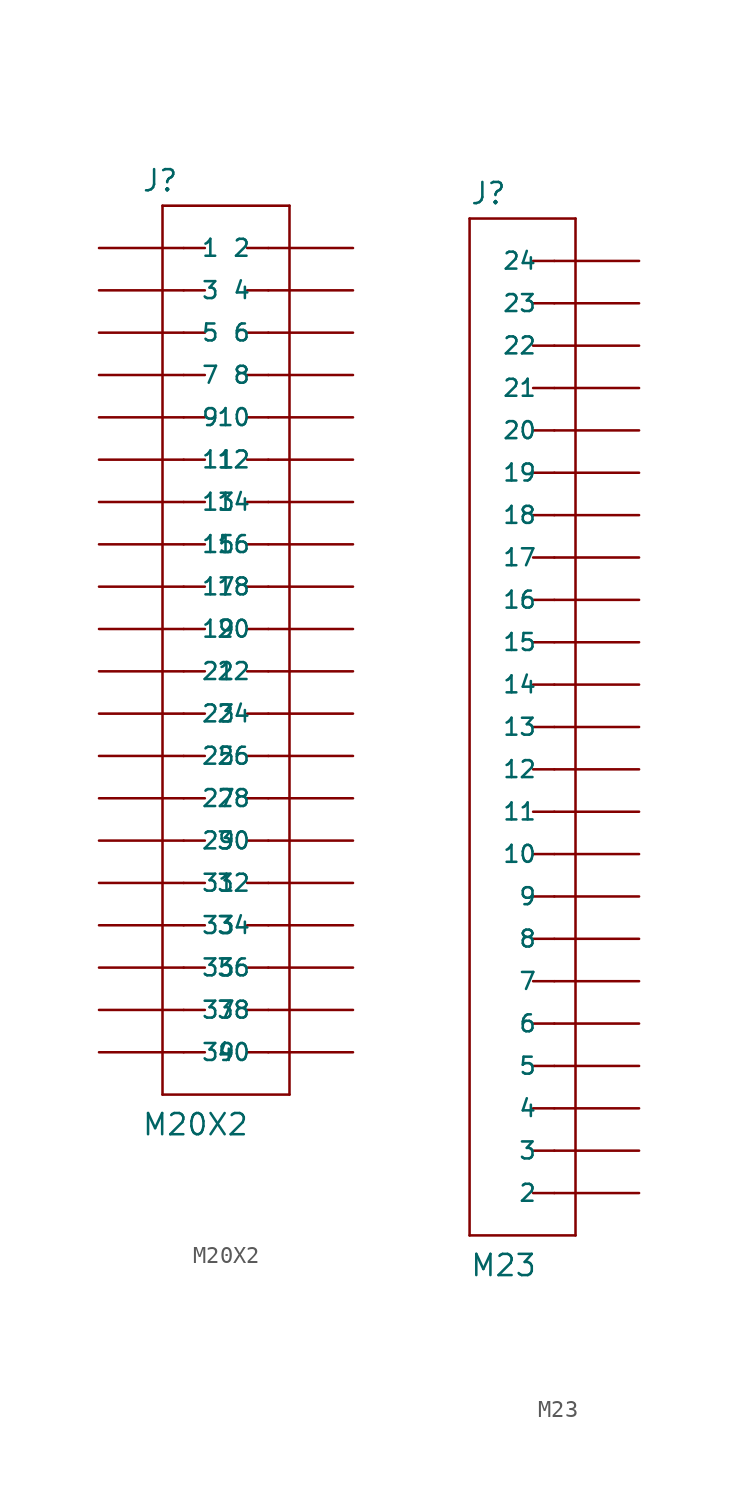
<source format=kicad_sym>
(kicad_symbol_lib
  (version 20211014)
  (generator kicad_symbol_editor)
  (symbol "M20X2"
    (pin_numbers hide)
    (pin_names
      (offset 1.016))
    (property "Reference" "J"
      (at -5.08 26.162 0)
      (effects (font (size 1.27 1.27)) (justify left bottom)))
    (property "Value" "M20X2"
      (at -5.08 -30.48 0)
      (effects (font (size 1.27 1.27)) (justify left bottom)))
    (property "Datasheet" ""
      (at 0 0 0)
      (effects (font (size 1.524 1.524))))
    (property "ki_locked" ""
      (at 0 0 0)
      (effects (font (size 1.27 1.27))))
    (symbol "M20X2_1_0"
      (polyline (pts (xy -3.81 25.4) (xy -3.81 -27.94)) (stroke (width 0) (type default) (color 0 0 0 0)) (fill (type none)))
      (polyline (pts (xy -3.81 25.4) (xy 3.81 25.4)) (stroke (width 0) (type default) (color 0 0 0 0)) (fill (type none)))
      (polyline (pts (xy -1.27 -25.4) (xy -2.54 -25.4)) (stroke (width 0) (type default) (color 0 0 0 0)) (fill (type none)))
      (polyline (pts (xy -1.27 -22.86) (xy -2.54 -22.86)) (stroke (width 0) (type default) (color 0 0 0 0)) (fill (type none)))
      (polyline (pts (xy -1.27 -20.32) (xy -2.54 -20.32)) (stroke (width 0) (type default) (color 0 0 0 0)) (fill (type none)))
      (polyline (pts (xy -1.27 -17.78) (xy -2.54 -17.78)) (stroke (width 0) (type default) (color 0 0 0 0)) (fill (type none)))
      (polyline (pts (xy -1.27 -15.24) (xy -2.54 -15.24)) (stroke (width 0) (type default) (color 0 0 0 0)) (fill (type none)))
      (polyline (pts (xy -1.27 -12.7) (xy -2.54 -12.7)) (stroke (width 0) (type default) (color 0 0 0 0)) (fill (type none)))
      (polyline (pts (xy -1.27 -10.16) (xy -2.54 -10.16)) (stroke (width 0) (type default) (color 0 0 0 0)) (fill (type none)))
      (polyline (pts (xy -1.27 -7.62) (xy -2.54 -7.62)) (stroke (width 0) (type default) (color 0 0 0 0)) (fill (type none)))
      (polyline (pts (xy -1.27 -5.08) (xy -2.54 -5.08)) (stroke (width 0) (type default) (color 0 0 0 0)) (fill (type none)))
      (polyline (pts (xy -1.27 -2.54) (xy -2.54 -2.54)) (stroke (width 0) (type default) (color 0 0 0 0)) (fill (type none)))
      (polyline (pts (xy -1.27 0) (xy -2.54 0)) (stroke (width 0) (type default) (color 0 0 0 0)) (fill (type none)))
      (polyline (pts (xy -1.27 2.54) (xy -2.54 2.54)) (stroke (width 0) (type default) (color 0 0 0 0)) (fill (type none)))
      (polyline (pts (xy -1.27 5.08) (xy -2.54 5.08)) (stroke (width 0) (type default) (color 0 0 0 0)) (fill (type none)))
      (polyline (pts (xy -1.27 7.62) (xy -2.54 7.62)) (stroke (width 0) (type default) (color 0 0 0 0)) (fill (type none)))
      (polyline (pts (xy -1.27 10.16) (xy -2.54 10.16)) (stroke (width 0) (type default) (color 0 0 0 0)) (fill (type none)))
      (polyline (pts (xy -1.27 12.7) (xy -2.54 12.7)) (stroke (width 0) (type default) (color 0 0 0 0)) (fill (type none)))
      (polyline (pts (xy -1.27 15.24) (xy -2.54 15.24)) (stroke (width 0) (type default) (color 0 0 0 0)) (fill (type none)))
      (polyline (pts (xy -1.27 17.78) (xy -2.54 17.78)) (stroke (width 0) (type default) (color 0 0 0 0)) (fill (type none)))
      (polyline (pts (xy -1.27 20.32) (xy -2.54 20.32)) (stroke (width 0) (type default) (color 0 0 0 0)) (fill (type none)))
      (polyline (pts (xy -1.27 22.86) (xy -2.54 22.86)) (stroke (width 0) (type default) (color 0 0 0 0)) (fill (type none)))
      (polyline (pts (xy 1.27 -25.4) (xy 2.54 -25.4)) (stroke (width 0) (type default) (color 0 0 0 0)) (fill (type none)))
      (polyline (pts (xy 1.27 -22.86) (xy 2.54 -22.86)) (stroke (width 0) (type default) (color 0 0 0 0)) (fill (type none)))
      (polyline (pts (xy 1.27 -20.32) (xy 2.54 -20.32)) (stroke (width 0) (type default) (color 0 0 0 0)) (fill (type none)))
      (polyline (pts (xy 1.27 -17.78) (xy 2.54 -17.78)) (stroke (width 0) (type default) (color 0 0 0 0)) (fill (type none)))
      (polyline (pts (xy 1.27 -15.24) (xy 2.54 -15.24)) (stroke (width 0) (type default) (color 0 0 0 0)) (fill (type none)))
      (polyline (pts (xy 1.27 -12.7) (xy 2.54 -12.7)) (stroke (width 0) (type default) (color 0 0 0 0)) (fill (type none)))
      (polyline (pts (xy 1.27 -10.16) (xy 2.54 -10.16)) (stroke (width 0) (type default) (color 0 0 0 0)) (fill (type none)))
      (polyline (pts (xy 1.27 -7.62) (xy 2.54 -7.62)) (stroke (width 0) (type default) (color 0 0 0 0)) (fill (type none)))
      (polyline (pts (xy 1.27 -5.08) (xy 2.54 -5.08)) (stroke (width 0) (type default) (color 0 0 0 0)) (fill (type none)))
      (polyline (pts (xy 1.27 -2.54) (xy 2.54 -2.54)) (stroke (width 0) (type default) (color 0 0 0 0)) (fill (type none)))
      (polyline (pts (xy 1.27 0) (xy 2.54 0)) (stroke (width 0) (type default) (color 0 0 0 0)) (fill (type none)))
      (polyline (pts (xy 1.27 2.54) (xy 2.54 2.54)) (stroke (width 0) (type default) (color 0 0 0 0)) (fill (type none)))
      (polyline (pts (xy 1.27 5.08) (xy 2.54 5.08)) (stroke (width 0) (type default) (color 0 0 0 0)) (fill (type none)))
      (polyline (pts (xy 1.27 7.62) (xy 2.54 7.62)) (stroke (width 0) (type default) (color 0 0 0 0)) (fill (type none)))
      (polyline (pts (xy 1.27 10.16) (xy 2.54 10.16)) (stroke (width 0) (type default) (color 0 0 0 0)) (fill (type none)))
      (polyline (pts (xy 1.27 12.7) (xy 2.54 12.7)) (stroke (width 0) (type default) (color 0 0 0 0)) (fill (type none)))
      (polyline (pts (xy 1.27 15.24) (xy 2.54 15.24)) (stroke (width 0) (type default) (color 0 0 0 0)) (fill (type none)))
      (polyline (pts (xy 1.27 17.78) (xy 2.54 17.78)) (stroke (width 0) (type default) (color 0 0 0 0)) (fill (type none)))
      (polyline (pts (xy 1.27 20.32) (xy 2.54 20.32)) (stroke (width 0) (type default) (color 0 0 0 0)) (fill (type none)))
      (polyline (pts (xy 1.27 22.86) (xy 2.54 22.86)) (stroke (width 0) (type default) (color 0 0 0 0)) (fill (type none)))
      (polyline (pts (xy 3.81 -27.94) (xy -3.81 -27.94)) (stroke (width 0) (type default) (color 0 0 0 0)) (fill (type none)))
      (polyline (pts (xy 3.81 -27.94) (xy 3.81 25.4)) (stroke (width 0) (type default) (color 0 0 0 0)) (fill (type none))))
    (symbol "M20X2_1_1"
      (pin passive line (at -7.62 22.86 0) (length 5.08) (name "1" (effects (font (size 1.016 1.016)))) (number "1" (effects (font (size 1.016 1.016)))))
      (pin passive line (at 7.62 12.7 180) (length 5.08) (name "10" (effects (font (size 1.016 1.016)))) (number "10" (effects (font (size 1.016 1.016)))))
      (pin passive line (at -7.62 10.16 0) (length 5.08) (name "11" (effects (font (size 1.016 1.016)))) (number "11" (effects (font (size 1.016 1.016)))))
      (pin passive line (at 7.62 10.16 180) (length 5.08) (name "12" (effects (font (size 1.016 1.016)))) (number "12" (effects (font (size 1.016 1.016)))))
      (pin passive line (at -7.62 7.62 0) (length 5.08) (name "13" (effects (font (size 1.016 1.016)))) (number "13" (effects (font (size 1.016 1.016)))))
      (pin passive line (at 7.62 7.62 180) (length 5.08) (name "14" (effects (font (size 1.016 1.016)))) (number "14" (effects (font (size 1.016 1.016)))))
      (pin passive line (at -7.62 5.08 0) (length 5.08) (name "15" (effects (font (size 1.016 1.016)))) (number "15" (effects (font (size 1.016 1.016)))))
      (pin passive line (at 7.62 5.08 180) (length 5.08) (name "16" (effects (font (size 1.016 1.016)))) (number "16" (effects (font (size 1.016 1.016)))))
      (pin passive line (at -7.62 2.54 0) (length 5.08) (name "17" (effects (font (size 1.016 1.016)))) (number "17" (effects (font (size 1.016 1.016)))))
      (pin passive line (at 7.62 2.54 180) (length 5.08) (name "18" (effects (font (size 1.016 1.016)))) (number "18" (effects (font (size 1.016 1.016)))))
      (pin passive line (at -7.62 0 0) (length 5.08) (name "19" (effects (font (size 1.016 1.016)))) (number "19" (effects (font (size 1.016 1.016)))))
      (pin passive line (at 7.62 22.86 180) (length 5.08) (name "2" (effects (font (size 1.016 1.016)))) (number "2" (effects (font (size 1.016 1.016)))))
      (pin passive line (at 7.62 0 180) (length 5.08) (name "20" (effects (font (size 1.016 1.016)))) (number "20" (effects (font (size 1.016 1.016)))))
      (pin passive line (at -7.62 -2.54 0) (length 5.08) (name "21" (effects (font (size 1.016 1.016)))) (number "21" (effects (font (size 1.016 1.016)))))
      (pin passive line (at 7.62 -2.54 180) (length 5.08) (name "22" (effects (font (size 1.016 1.016)))) (number "22" (effects (font (size 1.016 1.016)))))
      (pin passive line (at -7.62 -5.08 0) (length 5.08) (name "23" (effects (font (size 1.016 1.016)))) (number "23" (effects (font (size 1.016 1.016)))))
      (pin passive line (at 7.62 -5.08 180) (length 5.08) (name "24" (effects (font (size 1.016 1.016)))) (number "24" (effects (font (size 1.016 1.016)))))
      (pin passive line (at -7.62 -7.62 0) (length 5.08) (name "25" (effects (font (size 1.016 1.016)))) (number "25" (effects (font (size 1.016 1.016)))))
      (pin passive line (at 7.62 -7.62 180) (length 5.08) (name "26" (effects (font (size 1.016 1.016)))) (number "26" (effects (font (size 1.016 1.016)))))
      (pin passive line (at -7.62 -10.16 0) (length 5.08) (name "27" (effects (font (size 1.016 1.016)))) (number "27" (effects (font (size 1.016 1.016)))))
      (pin passive line (at 7.62 -10.16 180) (length 5.08) (name "28" (effects (font (size 1.016 1.016)))) (number "28" (effects (font (size 1.016 1.016)))))
      (pin passive line (at -7.62 -12.7 0) (length 5.08) (name "29" (effects (font (size 1.016 1.016)))) (number "29" (effects (font (size 1.016 1.016)))))
      (pin passive line (at -7.62 20.32 0) (length 5.08) (name "3" (effects (font (size 1.016 1.016)))) (number "3" (effects (font (size 1.016 1.016)))))
      (pin passive line (at 7.62 -12.7 180) (length 5.08) (name "30" (effects (font (size 1.016 1.016)))) (number "30" (effects (font (size 1.016 1.016)))))
      (pin passive line (at -7.62 -15.24 0) (length 5.08) (name "31" (effects (font (size 1.016 1.016)))) (number "31" (effects (font (size 1.016 1.016)))))
      (pin passive line (at 7.62 -15.24 180) (length 5.08) (name "32" (effects (font (size 1.016 1.016)))) (number "32" (effects (font (size 1.016 1.016)))))
      (pin passive line (at -7.62 -17.78 0) (length 5.08) (name "33" (effects (font (size 1.016 1.016)))) (number "33" (effects (font (size 1.016 1.016)))))
      (pin passive line (at 7.62 -17.78 180) (length 5.08) (name "34" (effects (font (size 1.016 1.016)))) (number "34" (effects (font (size 1.016 1.016)))))
      (pin passive line (at -7.62 -20.32 0) (length 5.08) (name "35" (effects (font (size 1.016 1.016)))) (number "35" (effects (font (size 1.016 1.016)))))
      (pin passive line (at 7.62 -20.32 180) (length 5.08) (name "36" (effects (font (size 1.016 1.016)))) (number "36" (effects (font (size 1.016 1.016)))))
      (pin passive line (at -7.62 -22.86 0) (length 5.08) (name "37" (effects (font (size 1.016 1.016)))) (number "37" (effects (font (size 1.016 1.016)))))
      (pin passive line (at 7.62 -22.86 180) (length 5.08) (name "38" (effects (font (size 1.016 1.016)))) (number "38" (effects (font (size 1.016 1.016)))))
      (pin passive line (at -7.62 -25.4 0) (length 5.08) (name "39" (effects (font (size 1.016 1.016)))) (number "39" (effects (font (size 1.016 1.016)))))
      (pin passive line (at 7.62 20.32 180) (length 5.08) (name "4" (effects (font (size 1.016 1.016)))) (number "4" (effects (font (size 1.016 1.016)))))
      (pin passive line (at 7.62 -25.4 180) (length 5.08) (name "40" (effects (font (size 1.016 1.016)))) (number "40" (effects (font (size 1.016 1.016)))))
      (pin passive line (at -7.62 17.78 0) (length 5.08) (name "5" (effects (font (size 1.016 1.016)))) (number "5" (effects (font (size 1.016 1.016)))))
      (pin passive line (at 7.62 17.78 180) (length 5.08) (name "6" (effects (font (size 1.016 1.016)))) (number "6" (effects (font (size 1.016 1.016)))))
      (pin passive line (at -7.62 15.24 0) (length 5.08) (name "7" (effects (font (size 1.016 1.016)))) (number "7" (effects (font (size 1.016 1.016)))))
      (pin passive line (at 7.62 15.24 180) (length 5.08) (name "8" (effects (font (size 1.016 1.016)))) (number "8" (effects (font (size 1.016 1.016)))))
      (pin passive line (at -7.62 12.7 0) (length 5.08) (name "9" (effects (font (size 1.016 1.016)))) (number "9" (effects (font (size 1.016 1.016)))))))
  (symbol "M23"
    (pin_numbers hide)
    (pin_names
      (offset 1.016))
    (property "Reference" "J"
      (at -2.54 28.702 0)
      (effects (font (size 1.27 1.27)) (justify left bottom)))
    (property "Value" "M23"
      (at -2.54 -35.56 0)
      (effects (font (size 1.27 1.27)) (justify left bottom)))
    (property "Datasheet" ""
      (at 0 0 0)
      (effects (font (size 1.524 1.524))))
    (property "ki_locked" ""
      (at 0 0 0)
      (effects (font (size 1.27 1.27))))
    (symbol "M23_1_0"
      (polyline (pts (xy -2.54 27.94) (xy -2.54 -33.02)) (stroke (width 0) (type default) (color 0 0 0 0)) (fill (type none)))
      (polyline (pts (xy -2.54 27.94) (xy 3.81 27.94)) (stroke (width 0) (type default) (color 0 0 0 0)) (fill (type none)))
      (polyline (pts (xy 1.27 -30.48) (xy 2.54 -30.48)) (stroke (width 0) (type default) (color 0 0 0 0)) (fill (type none)))
      (polyline (pts (xy 1.27 -27.94) (xy 2.54 -27.94)) (stroke (width 0) (type default) (color 0 0 0 0)) (fill (type none)))
      (polyline (pts (xy 1.27 -25.4) (xy 2.54 -25.4)) (stroke (width 0) (type default) (color 0 0 0 0)) (fill (type none)))
      (polyline (pts (xy 1.27 -22.86) (xy 2.54 -22.86)) (stroke (width 0) (type default) (color 0 0 0 0)) (fill (type none)))
      (polyline (pts (xy 1.27 -20.32) (xy 2.54 -20.32)) (stroke (width 0) (type default) (color 0 0 0 0)) (fill (type none)))
      (polyline (pts (xy 1.27 -17.78) (xy 2.54 -17.78)) (stroke (width 0) (type default) (color 0 0 0 0)) (fill (type none)))
      (polyline (pts (xy 1.27 -15.24) (xy 2.54 -15.24)) (stroke (width 0) (type default) (color 0 0 0 0)) (fill (type none)))
      (polyline (pts (xy 1.27 -12.7) (xy 2.54 -12.7)) (stroke (width 0) (type default) (color 0 0 0 0)) (fill (type none)))
      (polyline (pts (xy 1.27 -10.16) (xy 2.54 -10.16)) (stroke (width 0) (type default) (color 0 0 0 0)) (fill (type none)))
      (polyline (pts (xy 1.27 -7.62) (xy 2.54 -7.62)) (stroke (width 0) (type default) (color 0 0 0 0)) (fill (type none)))
      (polyline (pts (xy 1.27 -5.08) (xy 2.54 -5.08)) (stroke (width 0) (type default) (color 0 0 0 0)) (fill (type none)))
      (polyline (pts (xy 1.27 -2.54) (xy 2.54 -2.54)) (stroke (width 0) (type default) (color 0 0 0 0)) (fill (type none)))
      (polyline (pts (xy 1.27 0) (xy 2.54 0)) (stroke (width 0) (type default) (color 0 0 0 0)) (fill (type none)))
      (polyline (pts (xy 1.27 2.54) (xy 2.54 2.54)) (stroke (width 0) (type default) (color 0 0 0 0)) (fill (type none)))
      (polyline (pts (xy 1.27 5.08) (xy 2.54 5.08)) (stroke (width 0) (type default) (color 0 0 0 0)) (fill (type none)))
      (polyline (pts (xy 1.27 7.62) (xy 2.54 7.62)) (stroke (width 0) (type default) (color 0 0 0 0)) (fill (type none)))
      (polyline (pts (xy 1.27 10.16) (xy 2.54 10.16)) (stroke (width 0) (type default) (color 0 0 0 0)) (fill (type none)))
      (polyline (pts (xy 1.27 12.7) (xy 2.54 12.7)) (stroke (width 0) (type default) (color 0 0 0 0)) (fill (type none)))
      (polyline (pts (xy 1.27 15.24) (xy 2.54 15.24)) (stroke (width 0) (type default) (color 0 0 0 0)) (fill (type none)))
      (polyline (pts (xy 1.27 17.78) (xy 2.54 17.78)) (stroke (width 0) (type default) (color 0 0 0 0)) (fill (type none)))
      (polyline (pts (xy 1.27 20.32) (xy 2.54 20.32)) (stroke (width 0) (type default) (color 0 0 0 0)) (fill (type none)))
      (polyline (pts (xy 1.27 22.86) (xy 2.54 22.86)) (stroke (width 0) (type default) (color 0 0 0 0)) (fill (type none)))
      (polyline (pts (xy 1.27 25.4) (xy 2.54 25.4)) (stroke (width 0) (type default) (color 0 0 0 0)) (fill (type none)))
      (polyline (pts (xy 3.81 -33.02) (xy -2.54 -33.02)) (stroke (width 0) (type default) (color 0 0 0 0)) (fill (type none)))
      (polyline (pts (xy 3.81 -33.02) (xy 3.81 27.94)) (stroke (width 0) (type default) (color 0 0 0 0)) (fill (type none))))
    (symbol "M23_1_1"
      (pin passive line (at 7.62 -10.16 180) (length 5.08) (name "10" (effects (font (size 1.016 1.016)))) (number "10" (effects (font (size 1.016 1.016)))))
      (pin passive line (at 7.62 -7.62 180) (length 5.08) (name "11" (effects (font (size 1.016 1.016)))) (number "11" (effects (font (size 1.016 1.016)))))
      (pin passive line (at 7.62 -5.08 180) (length 5.08) (name "12" (effects (font (size 1.016 1.016)))) (number "12" (effects (font (size 1.016 1.016)))))
      (pin passive line (at 7.62 -2.54 180) (length 5.08) (name "13" (effects (font (size 1.016 1.016)))) (number "13" (effects (font (size 1.016 1.016)))))
      (pin passive line (at 7.62 0 180) (length 5.08) (name "14" (effects (font (size 1.016 1.016)))) (number "14" (effects (font (size 1.016 1.016)))))
      (pin passive line (at 7.62 2.54 180) (length 5.08) (name "15" (effects (font (size 1.016 1.016)))) (number "15" (effects (font (size 1.016 1.016)))))
      (pin passive line (at 7.62 5.08 180) (length 5.08) (name "16" (effects (font (size 1.016 1.016)))) (number "16" (effects (font (size 1.016 1.016)))))
      (pin passive line (at 7.62 7.62 180) (length 5.08) (name "17" (effects (font (size 1.016 1.016)))) (number "17" (effects (font (size 1.016 1.016)))))
      (pin passive line (at 7.62 10.16 180) (length 5.08) (name "18" (effects (font (size 1.016 1.016)))) (number "18" (effects (font (size 1.016 1.016)))))
      (pin passive line (at 7.62 12.7 180) (length 5.08) (name "19" (effects (font (size 1.016 1.016)))) (number "19" (effects (font (size 1.016 1.016)))))
      (pin passive line (at 7.62 -30.48 180) (length 5.08) (name "2" (effects (font (size 1.016 1.016)))) (number "2" (effects (font (size 1.016 1.016)))))
      (pin passive line (at 7.62 15.24 180) (length 5.08) (name "20" (effects (font (size 1.016 1.016)))) (number "20" (effects (font (size 1.016 1.016)))))
      (pin passive line (at 7.62 17.78 180) (length 5.08) (name "21" (effects (font (size 1.016 1.016)))) (number "21" (effects (font (size 1.016 1.016)))))
      (pin passive line (at 7.62 20.32 180) (length 5.08) (name "22" (effects (font (size 1.016 1.016)))) (number "22" (effects (font (size 1.016 1.016)))))
      (pin passive line (at 7.62 22.86 180) (length 5.08) (name "23" (effects (font (size 1.016 1.016)))) (number "23" (effects (font (size 1.016 1.016)))))
      (pin passive line (at 7.62 25.4 180) (length 5.08) (name "24" (effects (font (size 1.016 1.016)))) (number "24" (effects (font (size 1.016 1.016)))))
      (pin passive line (at 7.62 -27.94 180) (length 5.08) (name "3" (effects (font (size 1.016 1.016)))) (number "3" (effects (font (size 1.016 1.016)))))
      (pin passive line (at 7.62 -25.4 180) (length 5.08) (name "4" (effects (font (size 1.016 1.016)))) (number "4" (effects (font (size 1.016 1.016)))))
      (pin passive line (at 7.62 -22.86 180) (length 5.08) (name "5" (effects (font (size 1.016 1.016)))) (number "5" (effects (font (size 1.016 1.016)))))
      (pin passive line (at 7.62 -20.32 180) (length 5.08) (name "6" (effects (font (size 1.016 1.016)))) (number "6" (effects (font (size 1.016 1.016)))))
      (pin passive line (at 7.62 -17.78 180) (length 5.08) (name "7" (effects (font (size 1.016 1.016)))) (number "7" (effects (font (size 1.016 1.016)))))
      (pin passive line (at 7.62 -15.24 180) (length 5.08) (name "8" (effects (font (size 1.016 1.016)))) (number "8" (effects (font (size 1.016 1.016)))))
      (pin passive line (at 7.62 -12.7 180) (length 5.08) (name "9" (effects (font (size 1.016 1.016)))) (number "9" (effects (font (size 1.016 1.016))))))))
</source>
